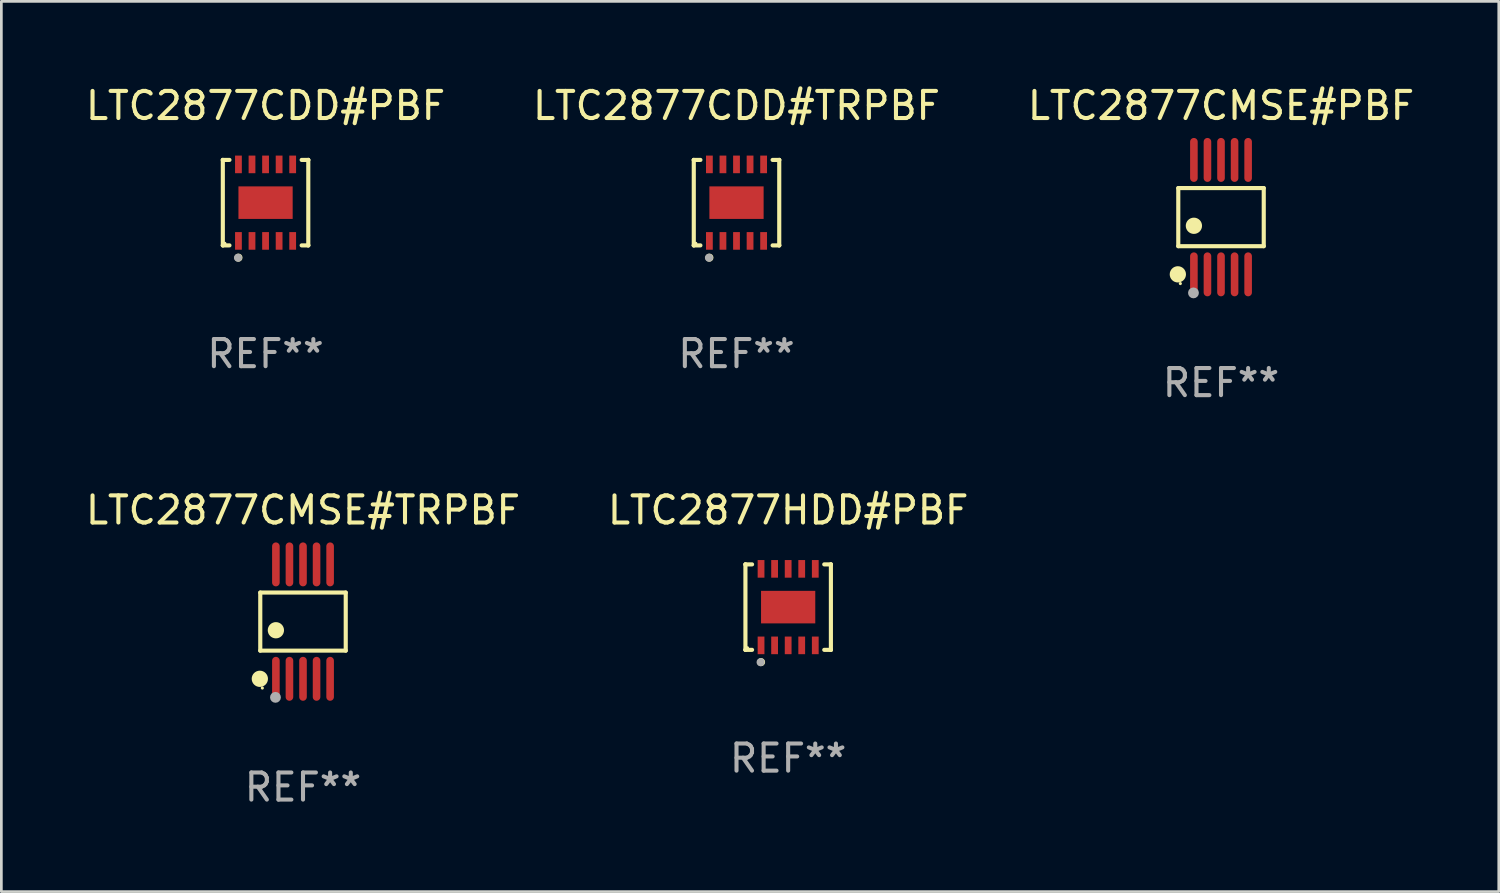
<source format=kicad_pcb>
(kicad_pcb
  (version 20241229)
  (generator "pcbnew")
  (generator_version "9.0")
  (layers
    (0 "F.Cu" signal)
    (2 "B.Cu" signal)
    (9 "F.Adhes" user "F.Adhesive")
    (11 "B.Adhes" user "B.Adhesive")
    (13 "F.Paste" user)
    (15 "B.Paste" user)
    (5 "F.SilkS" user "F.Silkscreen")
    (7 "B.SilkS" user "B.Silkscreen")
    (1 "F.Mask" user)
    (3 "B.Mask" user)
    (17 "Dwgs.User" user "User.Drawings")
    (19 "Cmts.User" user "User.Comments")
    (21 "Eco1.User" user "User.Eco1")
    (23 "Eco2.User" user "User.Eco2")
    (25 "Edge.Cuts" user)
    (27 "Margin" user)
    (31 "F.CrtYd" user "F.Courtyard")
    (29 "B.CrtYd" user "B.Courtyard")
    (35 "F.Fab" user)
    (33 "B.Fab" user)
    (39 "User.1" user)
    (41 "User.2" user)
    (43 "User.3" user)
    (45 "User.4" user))
  (footprint "LTC2877CMSE#PBF"
    (layer "F.Cu")
    (at 41.982 4.958)
    (property "Reference" "LTC2877CMSE#PBF" (at 0 -4.11 0) (layer "F.SilkS") (effects (font (size 1 1) (thickness 0.15))))
    (attr through_hole)
    (fp_line (start -1.576 -1.071) (end 1.576 -1.071) (stroke (width 0.152) (type solid)) (layer "F.SilkS"))
    (fp_line (start -1.576 1.071) (end -1.576 -1.071) (stroke (width 0.152) (type solid)) (layer "F.SilkS"))
    (fp_line (start 1.576 -1.071) (end 1.576 1.071) (stroke (width 0.152) (type solid)) (layer "F.SilkS"))
    (fp_line (start 1.576 1.071) (end -1.576 1.071) (stroke (width 0.152) (type solid)) (layer "F.SilkS"))
    (fp_circle (center -1.592 2.11) (end -1.442 2.11) (stroke (width 0.3) (type solid)) (fill no) (layer "F.SilkS"))
    (fp_circle (center -1.5 2.45) (end -1.47 2.45) (stroke (width 0.06) (type solid)) (fill no) (layer "F.SilkS"))
    (fp_circle (center -1 0.319) (end -0.85 0.319) (stroke (width 0.3) (type solid)) (fill no) (layer "F.SilkS"))
    (fp_circle (center -1.016 2.794) (end -0.916 2.794) (stroke (width 0.2) (type solid)) (fill no) (layer "F.Fab"))
    (fp_text user "REF**" (at 0 6.11 0) (layer "F.Fab") (effects (font (size 1 1) (thickness 0.15))))
    (pad "1" smd oval (at -1 2.11) (size 0.28 1.62) (layers "F.Cu" "F.Mask" "F.Paste"))
    (pad "2" smd oval (at -0.5 2.11) (size 0.28 1.62) (layers "F.Cu" "F.Mask" "F.Paste"))
    (pad "3" smd oval (at 0 2.11) (size 0.28 1.62) (layers "F.Cu" "F.Mask" "F.Paste"))
    (pad "4" smd oval (at 0.5 2.11) (size 0.28 1.62) (layers "F.Cu" "F.Mask" "F.Paste"))
    (pad "5" smd oval (at 1 2.11) (size 0.28 1.62) (layers "F.Cu" "F.Mask" "F.Paste"))
    (pad "6" smd oval (at 1 -2.11) (size 0.28 1.62) (layers "F.Cu" "F.Mask" "F.Paste"))
    (pad "7" smd oval (at 0.5 -2.11) (size 0.28 1.62) (layers "F.Cu" "F.Mask" "F.Paste"))
    (pad "8" smd oval (at 0 -2.11) (size 0.28 1.62) (layers "F.Cu" "F.Mask" "F.Paste"))
    (pad "9" smd oval (at -0.5 -2.11) (size 0.28 1.62) (layers "F.Cu" "F.Mask" "F.Paste"))
    (pad "10" smd oval (at -1 -2.11) (size 0.28 1.62) (layers "F.Cu" "F.Mask" "F.Paste")))
  (footprint "LTC2877CDD#PBF"
    (layer "F.Cu")
    (at 6.744 4.424)
    (property "Reference" "LTC2877CDD#PBF" (at 0 -3.576 0) (layer "F.SilkS") (effects (font (size 1 1) (thickness 0.15))))
    (attr through_hole)
    (fp_line (start -1.576 -1.576) (end -1.576 -1.576) (stroke (width 0.152) (type solid)) (layer "F.SilkS"))
    (fp_line (start -1.576 -1.576) (end -1.331 -1.576) (stroke (width 0.152) (type solid)) (layer "F.SilkS"))
    (fp_line (start -1.576 1.576) (end -1.576 -1.576) (stroke (width 0.152) (type solid)) (layer "F.SilkS"))
    (fp_line (start -1.576 1.576) (end -1.576 1.576) (stroke (width 0.152) (type solid)) (layer "F.SilkS"))
    (fp_line (start -1.331 1.576) (end -1.576 1.576) (stroke (width 0.152) (type solid)) (layer "F.SilkS"))
    (fp_line (start 1.331 1.576) (end 1.576 1.576) (stroke (width 0.152) (type solid)) (layer "F.SilkS"))
    (fp_line (start 1.576 -1.576) (end 1.331 -1.576) (stroke (width 0.152) (type solid)) (layer "F.SilkS"))
    (fp_line (start 1.576 -1.576) (end 1.576 -1.576) (stroke (width 0.152) (type solid)) (layer "F.SilkS"))
    (fp_line (start 1.576 1.576) (end 1.576 -1.576) (stroke (width 0.152) (type solid)) (layer "F.SilkS"))
    (fp_line (start 1.576 1.576) (end 1.576 1.576) (stroke (width 0.152) (type solid)) (layer "F.SilkS"))
    (fp_circle (center -1.5 1.5) (end -1.47 1.5) (stroke (width 0.06) (type solid)) (fill no) (layer "F.SilkS"))
    (fp_circle (center -1 2.028) (end -0.925 2.028) (stroke (width 0.15) (type solid)) (fill no) (layer "F.SilkS"))
    (fp_circle (center -1.016 2.032) (end -0.941 2.032) (stroke (width 0.15) (type solid)) (fill no) (layer "F.Fab"))
    (fp_text user "REF**" (at 0 5.576 0) (layer "F.Fab") (effects (font (size 1 1) (thickness 0.15))))
    (pad "1" smd rect (at -1 1.411) (size 0.25 0.65) (layers "F.Cu" "F.Mask" "F.Paste"))
    (pad "2" smd rect (at -0.5 1.411) (size 0.25 0.65) (layers "F.Cu" "F.Mask" "F.Paste"))
    (pad "3" smd rect (at 0 1.411) (size 0.25 0.65) (layers "F.Cu" "F.Mask" "F.Paste"))
    (pad "4" smd rect (at 0.5 1.411) (size 0.25 0.65) (layers "F.Cu" "F.Mask" "F.Paste"))
    (pad "5" smd rect (at 1 1.411) (size 0.25 0.65) (layers "F.Cu" "F.Mask" "F.Paste"))
    (pad "6" smd rect (at 1 -1.411) (size 0.25 0.65) (layers "F.Cu" "F.Mask" "F.Paste"))
    (pad "7" smd rect (at 0.5 -1.411) (size 0.25 0.65) (layers "F.Cu" "F.Mask" "F.Paste"))
    (pad "8" smd rect (at 0 -1.411) (size 0.25 0.65) (layers "F.Cu" "F.Mask" "F.Paste"))
    (pad "9" smd rect (at -0.5 -1.411) (size 0.25 0.65) (layers "F.Cu" "F.Mask" "F.Paste"))
    (pad "10" smd rect (at -1 -1.411) (size 0.25 0.65) (layers "F.Cu" "F.Mask" "F.Paste"))
    (pad "11" smd rect (at 0 0) (size 2 1.2) (layers "F.Cu" "F.Mask" "F.Paste")))
  (footprint "LTC2877HDD#PBF"
    (layer "F.Cu")
    (at 26.018 19.341)
    (property "Reference" "LTC2877HDD#PBF" (at 0 -3.576 0) (layer "F.SilkS") (effects (font (size 1 1) (thickness 0.15))))
    (attr through_hole)
    (fp_line (start -1.576 -1.576) (end -1.576 -1.576) (stroke (width 0.152) (type solid)) (layer "F.SilkS"))
    (fp_line (start -1.576 -1.576) (end -1.331 -1.576) (stroke (width 0.152) (type solid)) (layer "F.SilkS"))
    (fp_line (start -1.576 1.576) (end -1.576 -1.576) (stroke (width 0.152) (type solid)) (layer "F.SilkS"))
    (fp_line (start -1.576 1.576) (end -1.576 1.576) (stroke (width 0.152) (type solid)) (layer "F.SilkS"))
    (fp_line (start -1.331 1.576) (end -1.576 1.576) (stroke (width 0.152) (type solid)) (layer "F.SilkS"))
    (fp_line (start 1.331 1.576) (end 1.576 1.576) (stroke (width 0.152) (type solid)) (layer "F.SilkS"))
    (fp_line (start 1.576 -1.576) (end 1.331 -1.576) (stroke (width 0.152) (type solid)) (layer "F.SilkS"))
    (fp_line (start 1.576 -1.576) (end 1.576 -1.576) (stroke (width 0.152) (type solid)) (layer "F.SilkS"))
    (fp_line (start 1.576 1.576) (end 1.576 -1.576) (stroke (width 0.152) (type solid)) (layer "F.SilkS"))
    (fp_line (start 1.576 1.576) (end 1.576 1.576) (stroke (width 0.152) (type solid)) (layer "F.SilkS"))
    (fp_circle (center -1.5 1.5) (end -1.47 1.5) (stroke (width 0.06) (type solid)) (fill no) (layer "F.SilkS"))
    (fp_circle (center -1 2.028) (end -0.925 2.028) (stroke (width 0.15) (type solid)) (fill no) (layer "F.SilkS"))
    (fp_circle (center -1.016 2.032) (end -0.941 2.032) (stroke (width 0.15) (type solid)) (fill no) (layer "F.Fab"))
    (fp_text user "REF**" (at 0 5.576 0) (layer "F.Fab") (effects (font (size 1 1) (thickness 0.15))))
    (pad "1" smd rect (at -1 1.411) (size 0.25 0.65) (layers "F.Cu" "F.Mask" "F.Paste"))
    (pad "2" smd rect (at -0.5 1.411) (size 0.25 0.65) (layers "F.Cu" "F.Mask" "F.Paste"))
    (pad "3" smd rect (at 0 1.411) (size 0.25 0.65) (layers "F.Cu" "F.Mask" "F.Paste"))
    (pad "4" smd rect (at 0.5 1.411) (size 0.25 0.65) (layers "F.Cu" "F.Mask" "F.Paste"))
    (pad "5" smd rect (at 1 1.411) (size 0.25 0.65) (layers "F.Cu" "F.Mask" "F.Paste"))
    (pad "6" smd rect (at 1 -1.411) (size 0.25 0.65) (layers "F.Cu" "F.Mask" "F.Paste"))
    (pad "7" smd rect (at 0.5 -1.411) (size 0.25 0.65) (layers "F.Cu" "F.Mask" "F.Paste"))
    (pad "8" smd rect (at 0 -1.411) (size 0.25 0.65) (layers "F.Cu" "F.Mask" "F.Paste"))
    (pad "9" smd rect (at -0.5 -1.411) (size 0.25 0.65) (layers "F.Cu" "F.Mask" "F.Paste"))
    (pad "10" smd rect (at -1 -1.411) (size 0.25 0.65) (layers "F.Cu" "F.Mask" "F.Paste"))
    (pad "11" smd rect (at 0 0) (size 2 1.2) (layers "F.Cu" "F.Mask" "F.Paste")))
  (footprint "LTC2877CMSE#TRPBF"
    (layer "F.Cu")
    (at 8.125 19.875)
    (property "Reference" "LTC2877CMSE#TRPBF" (at 0 -4.11 0) (layer "F.SilkS") (effects (font (size 1 1) (thickness 0.15))))
    (attr through_hole)
    (fp_line (start -1.576 -1.071) (end 1.576 -1.071) (stroke (width 0.152) (type solid)) (layer "F.SilkS"))
    (fp_line (start -1.576 1.071) (end -1.576 -1.071) (stroke (width 0.152) (type solid)) (layer "F.SilkS"))
    (fp_line (start 1.576 -1.071) (end 1.576 1.071) (stroke (width 0.152) (type solid)) (layer "F.SilkS"))
    (fp_line (start 1.576 1.071) (end -1.576 1.071) (stroke (width 0.152) (type solid)) (layer "F.SilkS"))
    (fp_circle (center -1.592 2.11) (end -1.442 2.11) (stroke (width 0.3) (type solid)) (fill no) (layer "F.SilkS"))
    (fp_circle (center -1.5 2.45) (end -1.47 2.45) (stroke (width 0.06) (type solid)) (fill no) (layer "F.SilkS"))
    (fp_circle (center -1 0.319) (end -0.85 0.319) (stroke (width 0.3) (type solid)) (fill no) (layer "F.SilkS"))
    (fp_circle (center -1.016 2.794) (end -0.916 2.794) (stroke (width 0.2) (type solid)) (fill no) (layer "F.Fab"))
    (fp_text user "REF**" (at 0 6.11 0) (layer "F.Fab") (effects (font (size 1 1) (thickness 0.15))))
    (pad "1" smd oval (at -1 2.11) (size 0.28 1.62) (layers "F.Cu" "F.Mask" "F.Paste"))
    (pad "2" smd oval (at -0.5 2.11) (size 0.28 1.62) (layers "F.Cu" "F.Mask" "F.Paste"))
    (pad "3" smd oval (at 0 2.11) (size 0.28 1.62) (layers "F.Cu" "F.Mask" "F.Paste"))
    (pad "4" smd oval (at 0.5 2.11) (size 0.28 1.62) (layers "F.Cu" "F.Mask" "F.Paste"))
    (pad "5" smd oval (at 1 2.11) (size 0.28 1.62) (layers "F.Cu" "F.Mask" "F.Paste"))
    (pad "6" smd oval (at 1 -2.11) (size 0.28 1.62) (layers "F.Cu" "F.Mask" "F.Paste"))
    (pad "7" smd oval (at 0.5 -2.11) (size 0.28 1.62) (layers "F.Cu" "F.Mask" "F.Paste"))
    (pad "8" smd oval (at 0 -2.11) (size 0.28 1.62) (layers "F.Cu" "F.Mask" "F.Paste"))
    (pad "9" smd oval (at -0.5 -2.11) (size 0.28 1.62) (layers "F.Cu" "F.Mask" "F.Paste"))
    (pad "10" smd oval (at -1 -2.11) (size 0.28 1.62) (layers "F.Cu" "F.Mask" "F.Paste")))
  (footprint "LTC2877CDD#TRPBF"
    (layer "F.Cu")
    (at 24.113 4.424)
    (property "Reference" "LTC2877CDD#TRPBF" (at 0 -3.576 0) (layer "F.SilkS") (effects (font (size 1 1) (thickness 0.15))))
    (attr through_hole)
    (fp_line (start -1.576 -1.576) (end -1.576 -1.576) (stroke (width 0.152) (type solid)) (layer "F.SilkS"))
    (fp_line (start -1.576 -1.576) (end -1.331 -1.576) (stroke (width 0.152) (type solid)) (layer "F.SilkS"))
    (fp_line (start -1.576 1.576) (end -1.576 -1.576) (stroke (width 0.152) (type solid)) (layer "F.SilkS"))
    (fp_line (start -1.576 1.576) (end -1.576 1.576) (stroke (width 0.152) (type solid)) (layer "F.SilkS"))
    (fp_line (start -1.331 1.576) (end -1.576 1.576) (stroke (width 0.152) (type solid)) (layer "F.SilkS"))
    (fp_line (start 1.331 1.576) (end 1.576 1.576) (stroke (width 0.152) (type solid)) (layer "F.SilkS"))
    (fp_line (start 1.576 -1.576) (end 1.331 -1.576) (stroke (width 0.152) (type solid)) (layer "F.SilkS"))
    (fp_line (start 1.576 -1.576) (end 1.576 -1.576) (stroke (width 0.152) (type solid)) (layer "F.SilkS"))
    (fp_line (start 1.576 1.576) (end 1.576 -1.576) (stroke (width 0.152) (type solid)) (layer "F.SilkS"))
    (fp_line (start 1.576 1.576) (end 1.576 1.576) (stroke (width 0.152) (type solid)) (layer "F.SilkS"))
    (fp_circle (center -1.5 1.5) (end -1.47 1.5) (stroke (width 0.06) (type solid)) (fill no) (layer "F.SilkS"))
    (fp_circle (center -1 2.028) (end -0.925 2.028) (stroke (width 0.15) (type solid)) (fill no) (layer "F.SilkS"))
    (fp_circle (center -1.016 2.032) (end -0.941 2.032) (stroke (width 0.15) (type solid)) (fill no) (layer "F.Fab"))
    (fp_text user "REF**" (at 0 5.576 0) (layer "F.Fab") (effects (font (size 1 1) (thickness 0.15))))
    (pad "1" smd rect (at -1 1.411) (size 0.25 0.65) (layers "F.Cu" "F.Mask" "F.Paste"))
    (pad "2" smd rect (at -0.5 1.411) (size 0.25 0.65) (layers "F.Cu" "F.Mask" "F.Paste"))
    (pad "3" smd rect (at 0 1.411) (size 0.25 0.65) (layers "F.Cu" "F.Mask" "F.Paste"))
    (pad "4" smd rect (at 0.5 1.411) (size 0.25 0.65) (layers "F.Cu" "F.Mask" "F.Paste"))
    (pad "5" smd rect (at 1 1.411) (size 0.25 0.65) (layers "F.Cu" "F.Mask" "F.Paste"))
    (pad "6" smd rect (at 1 -1.411) (size 0.25 0.65) (layers "F.Cu" "F.Mask" "F.Paste"))
    (pad "7" smd rect (at 0.5 -1.411) (size 0.25 0.65) (layers "F.Cu" "F.Mask" "F.Paste"))
    (pad "8" smd rect (at 0 -1.411) (size 0.25 0.65) (layers "F.Cu" "F.Mask" "F.Paste"))
    (pad "9" smd rect (at -0.5 -1.411) (size 0.25 0.65) (layers "F.Cu" "F.Mask" "F.Paste"))
    (pad "10" smd rect (at -1 -1.411) (size 0.25 0.65) (layers "F.Cu" "F.Mask" "F.Paste"))
    (pad "11" smd rect (at 0 0) (size 2 1.2) (layers "F.Cu" "F.Mask" "F.Paste")))
  (gr_rect
    (start -3 -3)
    (end 52.226 29.833)
    (stroke (width 0.1) (type default))
    (fill no)
    (layer "Edge.Cuts")))
</source>
